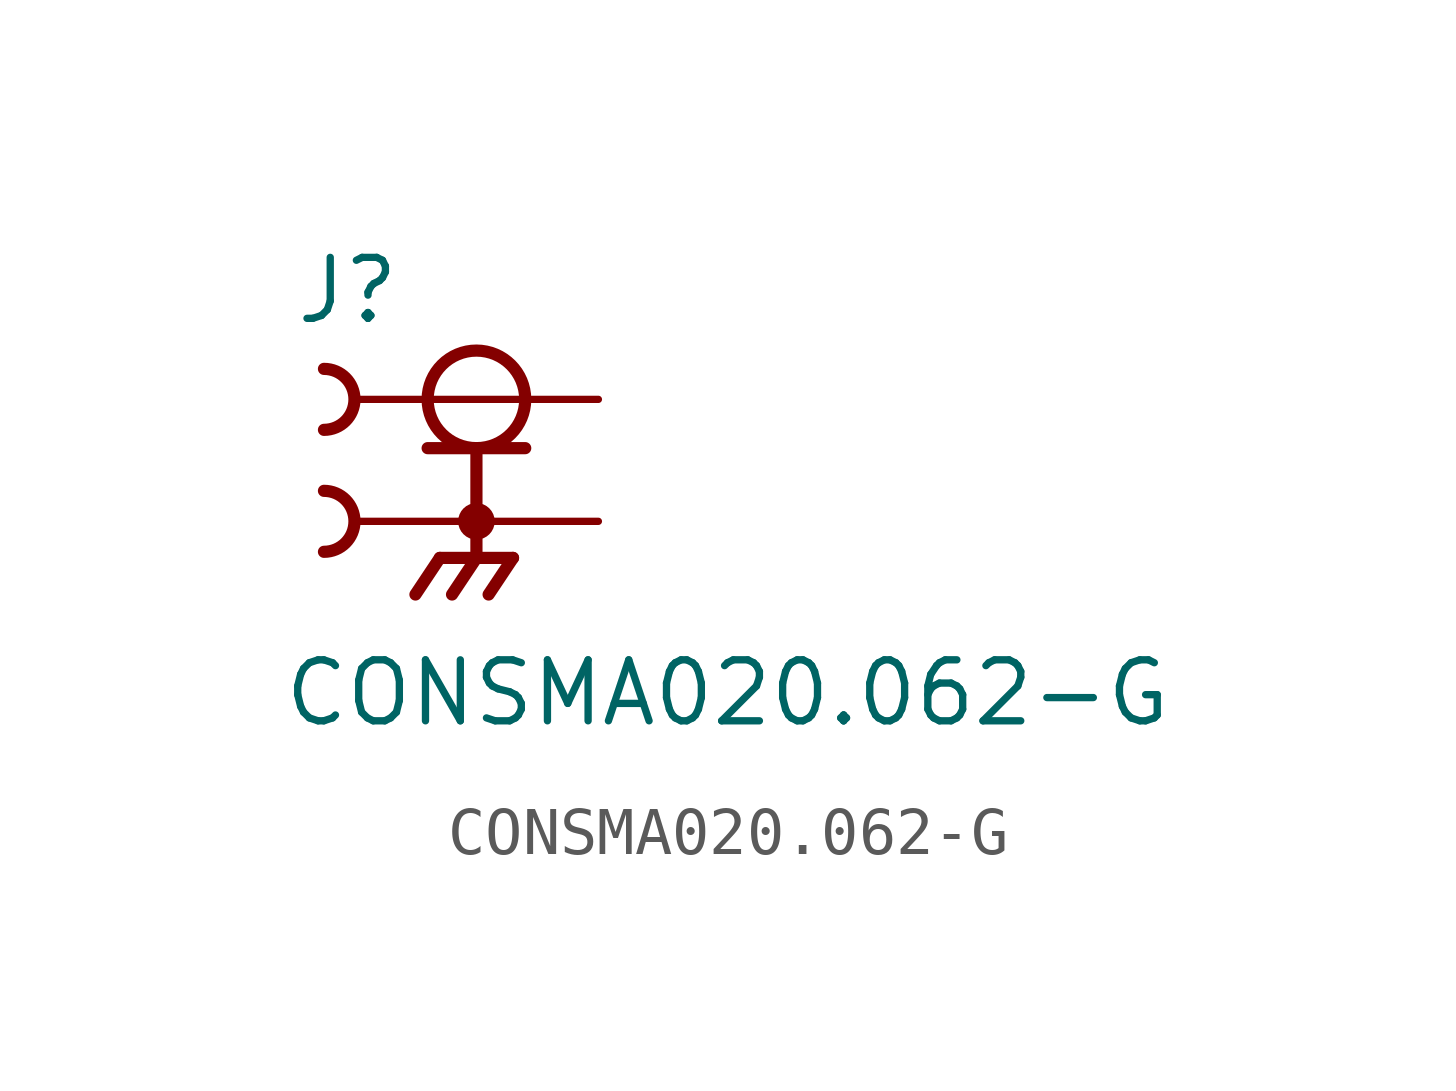
<source format=kicad_sym>
(kicad_symbol_lib
  (version 20220914)
  (generator kicad_symbol_editor)
  (symbol "CONSMA020.062-G"
    (pin_numbers hide)
    (pin_names
      (offset 1.016) hide)
    (property "Reference" "J"
      (at -3.81 1.524 0)
      (effects (font (size 1.27 1.27)) (justify left bottom)))
    (property "Value" "CONSMA020.062-G"
      (at -4.064 -6.858 0)
      (effects (font (size 1.27 1.27)) (justify left bottom)))
    (property "ki_locked" ""
      (at 0 0 0)
      (effects (font (size 1.27 1.27))))
    (symbol "CONSMA020.062-G_0_0"
      (arc (start -3.175 -3.175) (mid -2.5427 -2.54) (end -3.175 -1.905) (stroke (width 0.254) (type solid)) (fill (type none)))
      (arc (start -3.175 -0.635) (mid -2.5427 0) (end -3.175 0.635) (stroke (width 0.254) (type solid)) (fill (type none)))
      (circle (center 0 -2.54) (radius 0.254) (stroke (width 0.254) (type solid)) (fill (type none)))
      (polyline (pts (xy -1.016 -1.016) (xy 0 -1.016)) (stroke (width 0.254) (type solid)) (fill (type none)))
      (polyline (pts (xy -0.762 -3.302) (xy -1.27 -4.064)) (stroke (width 0.254) (type solid)) (fill (type none)))
      (polyline (pts (xy 0 -3.302) (xy -0.762 -3.302)) (stroke (width 0.254) (type solid)) (fill (type none)))
      (polyline (pts (xy 0 -3.302) (xy -0.508 -4.064)) (stroke (width 0.254) (type solid)) (fill (type none)))
      (polyline (pts (xy 0 -3.302) (xy 0.762 -3.302)) (stroke (width 0.254) (type solid)) (fill (type none)))
      (polyline (pts (xy 0 -1.016) (xy 0 -3.302)) (stroke (width 0.254) (type solid)) (fill (type none)))
      (polyline (pts (xy 0 -1.016) (xy 1.016 -1.016)) (stroke (width 0.254) (type solid)) (fill (type none)))
      (polyline (pts (xy 0.762 -3.302) (xy 0.254 -4.064)) (stroke (width 0.254) (type solid)) (fill (type none)))
      (circle (center 0 0) (radius 1.016) (stroke (width 0.254) (type solid)) (fill (type none)))
      (pin passive line (at 2.54 0 180) (length 5.08) (name "~" (effects (font (size 1.016 1.016)))) (number "1" (effects (font (size 1.016 1.016)))))
      (pin passive line (at 2.54 -2.54 180) (length 5.08) (name "~" (effects (font (size 1.016 1.016)))) (number "S1" (effects (font (size 1.016 1.016))))))))
</source>
